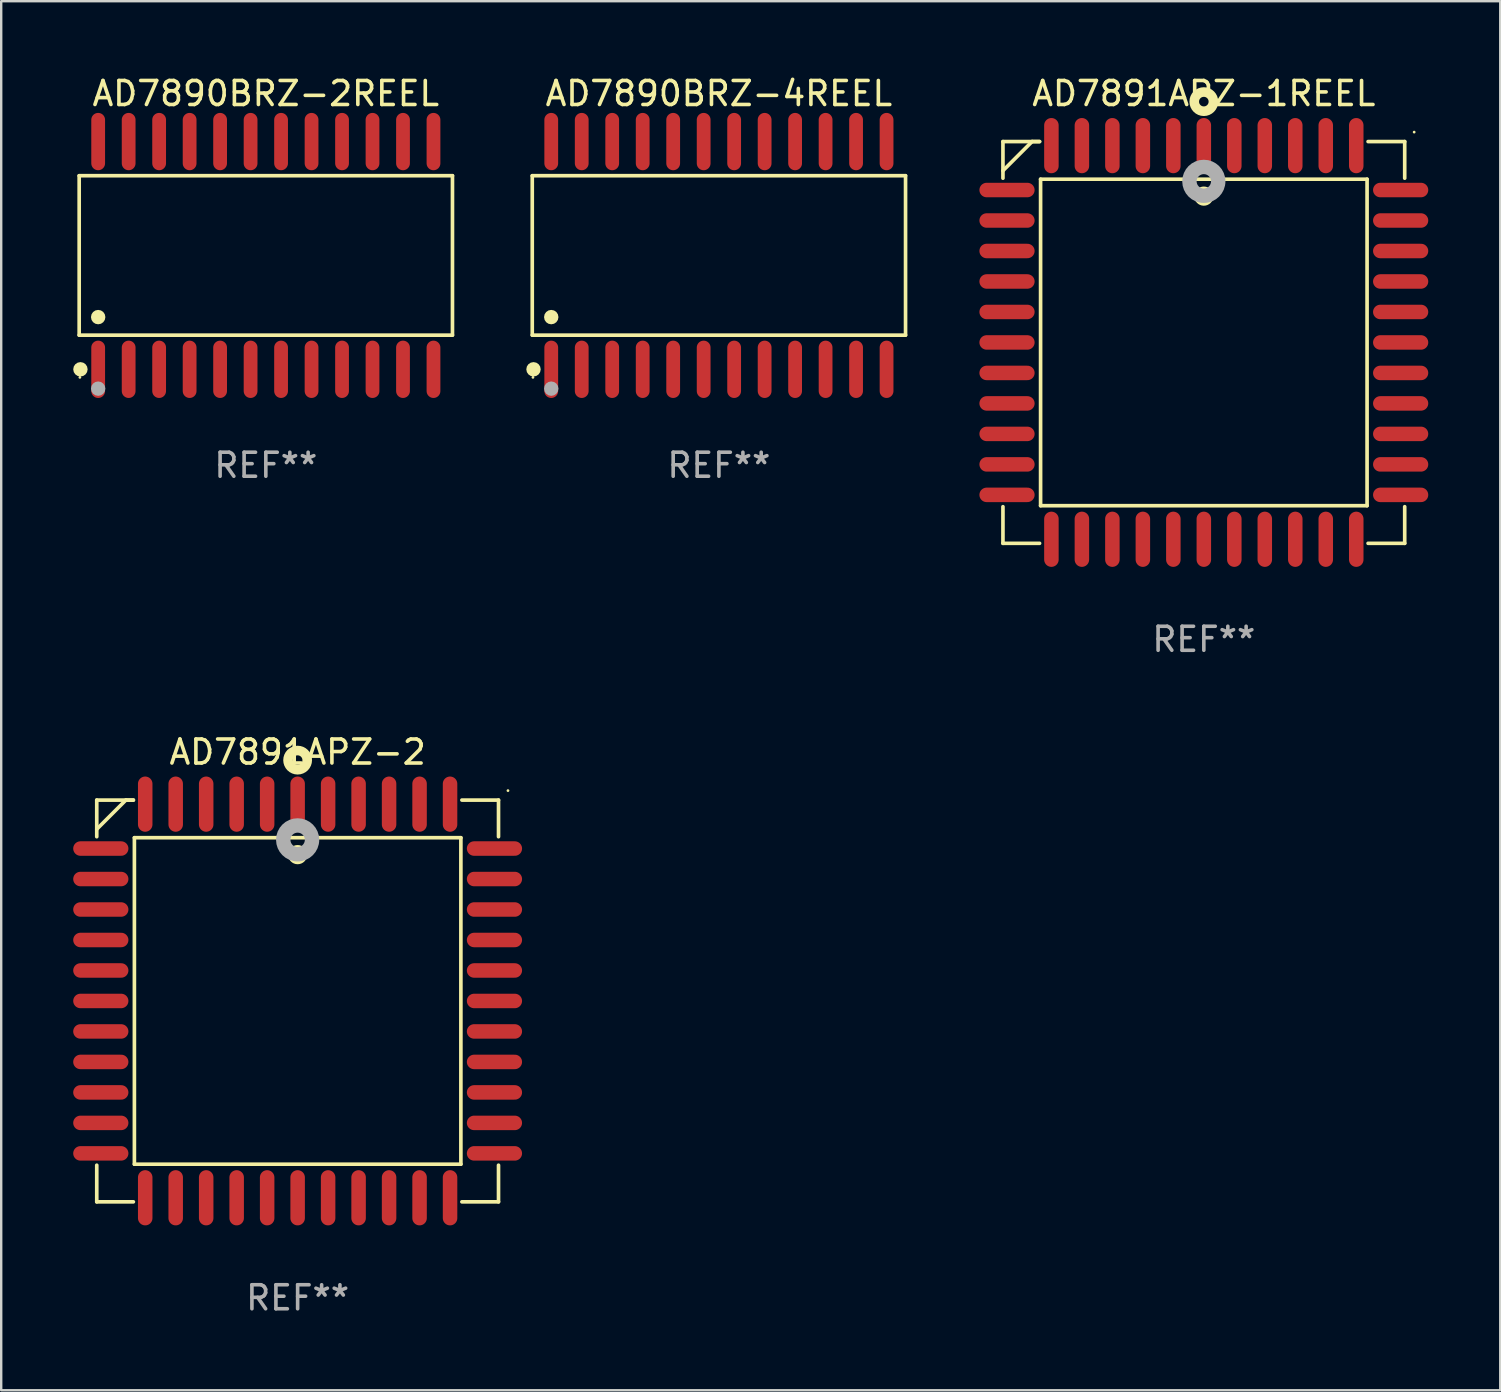
<source format=kicad_pcb>
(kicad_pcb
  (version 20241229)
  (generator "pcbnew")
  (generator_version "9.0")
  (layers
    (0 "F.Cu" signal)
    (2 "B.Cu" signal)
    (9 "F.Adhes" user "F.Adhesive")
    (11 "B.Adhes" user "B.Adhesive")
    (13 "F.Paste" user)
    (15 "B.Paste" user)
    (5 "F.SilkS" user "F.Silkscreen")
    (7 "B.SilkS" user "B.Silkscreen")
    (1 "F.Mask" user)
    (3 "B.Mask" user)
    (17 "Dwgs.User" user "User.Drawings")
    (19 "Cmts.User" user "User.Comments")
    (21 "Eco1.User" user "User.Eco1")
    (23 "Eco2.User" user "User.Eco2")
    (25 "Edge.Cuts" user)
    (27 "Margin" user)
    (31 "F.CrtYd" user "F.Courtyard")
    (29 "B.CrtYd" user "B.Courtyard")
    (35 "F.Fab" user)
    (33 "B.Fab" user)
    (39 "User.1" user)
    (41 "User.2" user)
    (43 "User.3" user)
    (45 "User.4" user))
  (footprint "AD7891APZ-2"
    (layer "F.Cu")
    (at 9.35 38.652)
    (property "Reference" "AD7891APZ-2" (at 0 -10.369 0) (layer "F.SilkS") (effects (font (size 1 1) (thickness 0.15))))
    (attr through_hole)
    (fp_line (start -8.369 -8.369) (end -8.369 -6.843) (stroke (width 0.152) (type solid)) (layer "F.SilkS"))
    (fp_line (start -8.369 8.369) (end -8.369 6.843) (stroke (width 0.152) (type solid)) (layer "F.SilkS"))
    (fp_line (start -7.156 -8.369) (end -8.369 -7.156) (stroke (width 0.152) (type solid)) (layer "F.SilkS"))
    (fp_line (start -6.843 -8.369) (end -8.369 -8.369) (stroke (width 0.152) (type solid)) (layer "F.SilkS"))
    (fp_line (start -6.843 -8.369) (end -7.156 -8.369) (stroke (width 0.152) (type solid)) (layer "F.SilkS"))
    (fp_line (start -6.843 8.369) (end -8.369 8.369) (stroke (width 0.152) (type solid)) (layer "F.SilkS"))
    (fp_line (start -6.801 -6.801) (end 6.801 -6.801) (stroke (width 0.152) (type solid)) (layer "F.SilkS"))
    (fp_line (start -6.801 6.801) (end -6.801 -6.801) (stroke (width 0.152) (type solid)) (layer "F.SilkS"))
    (fp_line (start 6.801 -6.801) (end 6.801 6.801) (stroke (width 0.152) (type solid)) (layer "F.SilkS"))
    (fp_line (start 6.801 6.801) (end -6.801 6.801) (stroke (width 0.152) (type solid)) (layer "F.SilkS"))
    (fp_line (start 6.843 -8.369) (end 8.369 -8.369) (stroke (width 0.152) (type solid)) (layer "F.SilkS"))
    (fp_line (start 6.843 8.369) (end 8.369 8.369) (stroke (width 0.152) (type solid)) (layer "F.SilkS"))
    (fp_line (start 8.369 -8.369) (end 8.369 -6.843) (stroke (width 0.152) (type solid)) (layer "F.SilkS"))
    (fp_line (start 8.369 8.369) (end 8.369 6.843) (stroke (width 0.152) (type solid)) (layer "F.SilkS"))
    (fp_circle (center -0.000013 -6.096) (end 0.2 -6.096) (stroke (width 0.4) (type solid)) (fill no) (layer "F.SilkS"))
    (fp_circle (center 0.000114 -10.033) (end 0.2 -10.033) (stroke (width 0.4) (type solid)) (fill no) (layer "F.SilkS"))
    (fp_circle (center 8.763 -8.763) (end 8.793 -8.763) (stroke (width 0.06) (type solid)) (fill no) (layer "F.SilkS"))
    (fp_circle (center 0.000114 -6.712) (end 0.3 -6.712) (stroke (width 0.6) (type solid)) (fill no) (layer "F.Fab"))
    (fp_text user "REF**" (at 0 12.369 0) (layer "F.Fab") (effects (font (size 1 1) (thickness 0.15))))
    (pad "1" smd oval (at 0.000114 -8.2) (size 0.604 2.3) (layers "F.Cu" "F.Mask" "F.Paste"))
    (pad "2" smd oval (at -1.27 -8.2) (size 0.604 2.3) (layers "F.Cu" "F.Mask" "F.Paste"))
    (pad "3" smd oval (at -2.54 -8.2) (size 0.604 2.3) (layers "F.Cu" "F.Mask" "F.Paste"))
    (pad "4" smd oval (at -3.81 -8.2) (size 0.604 2.3) (layers "F.Cu" "F.Mask" "F.Paste"))
    (pad "5" smd oval (at -5.08 -8.2) (size 0.604 2.3) (layers "F.Cu" "F.Mask" "F.Paste"))
    (pad "6" smd oval (at -6.35 -8.2) (size 0.604 2.3) (layers "F.Cu" "F.Mask" "F.Paste"))
    (pad "7" smd oval (at -8.2 -6.35) (size 2.3 0.604) (layers "F.Cu" "F.Mask" "F.Paste"))
    (pad "8" smd oval (at -8.2 -5.08) (size 2.3 0.604) (layers "F.Cu" "F.Mask" "F.Paste"))
    (pad "9" smd oval (at -8.2 -3.81) (size 2.3 0.604) (layers "F.Cu" "F.Mask" "F.Paste"))
    (pad "10" smd oval (at -8.2 -2.54) (size 2.3 0.604) (layers "F.Cu" "F.Mask" "F.Paste"))
    (pad "11" smd oval (at -8.2 -1.27) (size 2.3 0.604) (layers "F.Cu" "F.Mask" "F.Paste"))
    (pad "12" smd oval (at -8.2 0.000127) (size 2.3 0.604) (layers "F.Cu" "F.Mask" "F.Paste"))
    (pad "13" smd oval (at -8.2 1.27) (size 2.3 0.604) (layers "F.Cu" "F.Mask" "F.Paste"))
    (pad "14" smd oval (at -8.2 2.54) (size 2.3 0.604) (layers "F.Cu" "F.Mask" "F.Paste"))
    (pad "15" smd oval (at -8.2 3.81) (size 2.3 0.604) (layers "F.Cu" "F.Mask" "F.Paste"))
    (pad "16" smd oval (at -8.2 5.08) (size 2.3 0.604) (layers "F.Cu" "F.Mask" "F.Paste"))
    (pad "17" smd oval (at -8.2 6.35) (size 2.3 0.604) (layers "F.Cu" "F.Mask" "F.Paste"))
    (pad "18" smd oval (at -6.35 8.2) (size 0.604 2.3) (layers "F.Cu" "F.Mask" "F.Paste"))
    (pad "19" smd oval (at -5.08 8.2) (size 0.604 2.3) (layers "F.Cu" "F.Mask" "F.Paste"))
    (pad "20" smd oval (at -3.81 8.2) (size 0.604 2.3) (layers "F.Cu" "F.Mask" "F.Paste"))
    (pad "21" smd oval (at -2.54 8.2) (size 0.604 2.3) (layers "F.Cu" "F.Mask" "F.Paste"))
    (pad "22" smd oval (at -1.27 8.2) (size 0.604 2.3) (layers "F.Cu" "F.Mask" "F.Paste"))
    (pad "23" smd oval (at 0.000114 8.2) (size 0.604 2.3) (layers "F.Cu" "F.Mask" "F.Paste"))
    (pad "24" smd oval (at 1.27 8.2) (size 0.604 2.3) (layers "F.Cu" "F.Mask" "F.Paste"))
    (pad "25" smd oval (at 2.54 8.2) (size 0.604 2.3) (layers "F.Cu" "F.Mask" "F.Paste"))
    (pad "26" smd oval (at 3.81 8.2) (size 0.604 2.3) (layers "F.Cu" "F.Mask" "F.Paste"))
    (pad "27" smd oval (at 5.08 8.2) (size 0.604 2.3) (layers "F.Cu" "F.Mask" "F.Paste"))
    (pad "28" smd oval (at 6.35 8.2) (size 0.604 2.3) (layers "F.Cu" "F.Mask" "F.Paste"))
    (pad "29" smd oval (at 8.2 6.35) (size 2.3 0.604) (layers "F.Cu" "F.Mask" "F.Paste"))
    (pad "30" smd oval (at 8.2 5.08) (size 2.3 0.604) (layers "F.Cu" "F.Mask" "F.Paste"))
    (pad "31" smd oval (at 8.2 3.81) (size 2.3 0.604) (layers "F.Cu" "F.Mask" "F.Paste"))
    (pad "32" smd oval (at 8.2 2.54) (size 2.3 0.604) (layers "F.Cu" "F.Mask" "F.Paste"))
    (pad "33" smd oval (at 8.2 1.27) (size 2.3 0.604) (layers "F.Cu" "F.Mask" "F.Paste"))
    (pad "34" smd oval (at 8.2 0.000127) (size 2.3 0.604) (layers "F.Cu" "F.Mask" "F.Paste"))
    (pad "35" smd oval (at 8.2 -1.27) (size 2.3 0.604) (layers "F.Cu" "F.Mask" "F.Paste"))
    (pad "36" smd oval (at 8.2 -2.54) (size 2.3 0.604) (layers "F.Cu" "F.Mask" "F.Paste"))
    (pad "37" smd oval (at 8.2 -3.81) (size 2.3 0.604) (layers "F.Cu" "F.Mask" "F.Paste"))
    (pad "38" smd oval (at 8.2 -5.08) (size 2.3 0.604) (layers "F.Cu" "F.Mask" "F.Paste"))
    (pad "39" smd oval (at 8.2 -6.35) (size 2.3 0.604) (layers "F.Cu" "F.Mask" "F.Paste"))
    (pad "40" smd oval (at 6.35 -8.2) (size 0.604 2.3) (layers "F.Cu" "F.Mask" "F.Paste"))
    (pad "41" smd oval (at 5.08 -8.2) (size 0.604 2.3) (layers "F.Cu" "F.Mask" "F.Paste"))
    (pad "42" smd oval (at 3.81 -8.2) (size 0.604 2.3) (layers "F.Cu" "F.Mask" "F.Paste"))
    (pad "43" smd oval (at 2.54 -8.2) (size 0.604 2.3) (layers "F.Cu" "F.Mask" "F.Paste"))
    (pad "44" smd oval (at 1.27 -8.2) (size 0.604 2.3) (layers "F.Cu" "F.Mask" "F.Paste")))
  (footprint "AD7890BRZ-2REEL"
    (layer "F.Cu")
    (at 8.025 7.592)
    (property "Reference" "AD7890BRZ-2REEL" (at 0 -6.744 0) (layer "F.SilkS") (effects (font (size 1 1) (thickness 0.15))))
    (attr through_hole)
    (fp_line (start -7.776 -3.321) (end 7.776 -3.321) (stroke (width 0.152) (type solid)) (layer "F.SilkS"))
    (fp_line (start -7.776 3.321) (end -7.776 -3.321) (stroke (width 0.152) (type solid)) (layer "F.SilkS"))
    (fp_line (start 7.776 -3.321) (end 7.776 3.321) (stroke (width 0.152) (type solid)) (layer "F.SilkS"))
    (fp_line (start 7.776 3.321) (end -7.776 3.321) (stroke (width 0.152) (type solid)) (layer "F.SilkS"))
    (fp_circle (center -7.747 5.08) (end -7.717 5.08) (stroke (width 0.06) (type solid)) (fill no) (layer "F.SilkS"))
    (fp_circle (center -7.724 4.744) (end -7.574 4.744) (stroke (width 0.3) (type solid)) (fill no) (layer "F.SilkS"))
    (fp_circle (center -6.985 2.569) (end -6.835 2.569) (stroke (width 0.3) (type solid)) (fill no) (layer "F.SilkS"))
    (fp_circle (center -6.985 5.55) (end -6.835 5.55) (stroke (width 0.3) (type solid)) (fill no) (layer "F.Fab"))
    (fp_text user "REF**" (at 0 8.744 0) (layer "F.Fab") (effects (font (size 1 1) (thickness 0.15))))
    (pad "1" smd oval (at -6.985 4.744) (size 0.574 2.388) (layers "F.Cu" "F.Mask" "F.Paste"))
    (pad "2" smd oval (at -5.715 4.744) (size 0.574 2.388) (layers "F.Cu" "F.Mask" "F.Paste"))
    (pad "3" smd oval (at -4.445 4.744) (size 0.574 2.388) (layers "F.Cu" "F.Mask" "F.Paste"))
    (pad "4" smd oval (at -3.175 4.744) (size 0.574 2.388) (layers "F.Cu" "F.Mask" "F.Paste"))
    (pad "5" smd oval (at -1.905 4.744) (size 0.574 2.388) (layers "F.Cu" "F.Mask" "F.Paste"))
    (pad "6" smd oval (at -0.635 4.744) (size 0.574 2.388) (layers "F.Cu" "F.Mask" "F.Paste"))
    (pad "7" smd oval (at 0.635 4.744) (size 0.574 2.388) (layers "F.Cu" "F.Mask" "F.Paste"))
    (pad "8" smd oval (at 1.905 4.744) (size 0.574 2.388) (layers "F.Cu" "F.Mask" "F.Paste"))
    (pad "9" smd oval (at 3.175 4.744) (size 0.574 2.388) (layers "F.Cu" "F.Mask" "F.Paste"))
    (pad "10" smd oval (at 4.445 4.744) (size 0.574 2.388) (layers "F.Cu" "F.Mask" "F.Paste"))
    (pad "11" smd oval (at 5.715 4.744) (size 0.574 2.388) (layers "F.Cu" "F.Mask" "F.Paste"))
    (pad "12" smd oval (at 6.985 4.744) (size 0.574 2.388) (layers "F.Cu" "F.Mask" "F.Paste"))
    (pad "13" smd oval (at 6.985 -4.744) (size 0.574 2.388) (layers "F.Cu" "F.Mask" "F.Paste"))
    (pad "14" smd oval (at 5.715 -4.744) (size 0.574 2.388) (layers "F.Cu" "F.Mask" "F.Paste"))
    (pad "15" smd oval (at 4.445 -4.744) (size 0.574 2.388) (layers "F.Cu" "F.Mask" "F.Paste"))
    (pad "16" smd oval (at 3.175 -4.744) (size 0.574 2.388) (layers "F.Cu" "F.Mask" "F.Paste"))
    (pad "17" smd oval (at 1.905 -4.744) (size 0.574 2.388) (layers "F.Cu" "F.Mask" "F.Paste"))
    (pad "18" smd oval (at 0.635 -4.744) (size 0.574 2.388) (layers "F.Cu" "F.Mask" "F.Paste"))
    (pad "19" smd oval (at -0.635 -4.744) (size 0.574 2.388) (layers "F.Cu" "F.Mask" "F.Paste"))
    (pad "20" smd oval (at -1.905 -4.744) (size 0.574 2.388) (layers "F.Cu" "F.Mask" "F.Paste"))
    (pad "21" smd oval (at -3.175 -4.744) (size 0.574 2.388) (layers "F.Cu" "F.Mask" "F.Paste"))
    (pad "22" smd oval (at -4.445 -4.744) (size 0.574 2.388) (layers "F.Cu" "F.Mask" "F.Paste"))
    (pad "23" smd oval (at -5.715 -4.744) (size 0.574 2.388) (layers "F.Cu" "F.Mask" "F.Paste"))
    (pad "24" smd oval (at -6.985 -4.744) (size 0.574 2.388) (layers "F.Cu" "F.Mask" "F.Paste")))
  (footprint "AD7890BRZ-4REEL"
    (layer "F.Cu")
    (at 26.901 7.592)
    (property "Reference" "AD7890BRZ-4REEL" (at 0 -6.744 0) (layer "F.SilkS") (effects (font (size 1 1) (thickness 0.15))))
    (attr through_hole)
    (fp_line (start -7.776 -3.321) (end 7.776 -3.321) (stroke (width 0.152) (type solid)) (layer "F.SilkS"))
    (fp_line (start -7.776 3.321) (end -7.776 -3.321) (stroke (width 0.152) (type solid)) (layer "F.SilkS"))
    (fp_line (start 7.776 -3.321) (end 7.776 3.321) (stroke (width 0.152) (type solid)) (layer "F.SilkS"))
    (fp_line (start 7.776 3.321) (end -7.776 3.321) (stroke (width 0.152) (type solid)) (layer "F.SilkS"))
    (fp_circle (center -7.747 5.08) (end -7.717 5.08) (stroke (width 0.06) (type solid)) (fill no) (layer "F.SilkS"))
    (fp_circle (center -7.724 4.744) (end -7.574 4.744) (stroke (width 0.3) (type solid)) (fill no) (layer "F.SilkS"))
    (fp_circle (center -6.985 2.569) (end -6.835 2.569) (stroke (width 0.3) (type solid)) (fill no) (layer "F.SilkS"))
    (fp_circle (center -6.985 5.55) (end -6.835 5.55) (stroke (width 0.3) (type solid)) (fill no) (layer "F.Fab"))
    (fp_text user "REF**" (at 0 8.744 0) (layer "F.Fab") (effects (font (size 1 1) (thickness 0.15))))
    (pad "1" smd oval (at -6.985 4.744) (size 0.574 2.388) (layers "F.Cu" "F.Mask" "F.Paste"))
    (pad "2" smd oval (at -5.715 4.744) (size 0.574 2.388) (layers "F.Cu" "F.Mask" "F.Paste"))
    (pad "3" smd oval (at -4.445 4.744) (size 0.574 2.388) (layers "F.Cu" "F.Mask" "F.Paste"))
    (pad "4" smd oval (at -3.175 4.744) (size 0.574 2.388) (layers "F.Cu" "F.Mask" "F.Paste"))
    (pad "5" smd oval (at -1.905 4.744) (size 0.574 2.388) (layers "F.Cu" "F.Mask" "F.Paste"))
    (pad "6" smd oval (at -0.635 4.744) (size 0.574 2.388) (layers "F.Cu" "F.Mask" "F.Paste"))
    (pad "7" smd oval (at 0.635 4.744) (size 0.574 2.388) (layers "F.Cu" "F.Mask" "F.Paste"))
    (pad "8" smd oval (at 1.905 4.744) (size 0.574 2.388) (layers "F.Cu" "F.Mask" "F.Paste"))
    (pad "9" smd oval (at 3.175 4.744) (size 0.574 2.388) (layers "F.Cu" "F.Mask" "F.Paste"))
    (pad "10" smd oval (at 4.445 4.744) (size 0.574 2.388) (layers "F.Cu" "F.Mask" "F.Paste"))
    (pad "11" smd oval (at 5.715 4.744) (size 0.574 2.388) (layers "F.Cu" "F.Mask" "F.Paste"))
    (pad "12" smd oval (at 6.985 4.744) (size 0.574 2.388) (layers "F.Cu" "F.Mask" "F.Paste"))
    (pad "13" smd oval (at 6.985 -4.744) (size 0.574 2.388) (layers "F.Cu" "F.Mask" "F.Paste"))
    (pad "14" smd oval (at 5.715 -4.744) (size 0.574 2.388) (layers "F.Cu" "F.Mask" "F.Paste"))
    (pad "15" smd oval (at 4.445 -4.744) (size 0.574 2.388) (layers "F.Cu" "F.Mask" "F.Paste"))
    (pad "16" smd oval (at 3.175 -4.744) (size 0.574 2.388) (layers "F.Cu" "F.Mask" "F.Paste"))
    (pad "17" smd oval (at 1.905 -4.744) (size 0.574 2.388) (layers "F.Cu" "F.Mask" "F.Paste"))
    (pad "18" smd oval (at 0.635 -4.744) (size 0.574 2.388) (layers "F.Cu" "F.Mask" "F.Paste"))
    (pad "19" smd oval (at -0.635 -4.744) (size 0.574 2.388) (layers "F.Cu" "F.Mask" "F.Paste"))
    (pad "20" smd oval (at -1.905 -4.744) (size 0.574 2.388) (layers "F.Cu" "F.Mask" "F.Paste"))
    (pad "21" smd oval (at -3.175 -4.744) (size 0.574 2.388) (layers "F.Cu" "F.Mask" "F.Paste"))
    (pad "22" smd oval (at -4.445 -4.744) (size 0.574 2.388) (layers "F.Cu" "F.Mask" "F.Paste"))
    (pad "23" smd oval (at -5.715 -4.744) (size 0.574 2.388) (layers "F.Cu" "F.Mask" "F.Paste"))
    (pad "24" smd oval (at -6.985 -4.744) (size 0.574 2.388) (layers "F.Cu" "F.Mask" "F.Paste")))
  (footprint "AD7891APZ-1REEL"
    (layer "F.Cu")
    (at 47.104 11.217)
    (property "Reference" "AD7891APZ-1REEL" (at 0 -10.369 0) (layer "F.SilkS") (effects (font (size 1 1) (thickness 0.15))))
    (attr through_hole)
    (fp_line (start -8.369 -8.369) (end -8.369 -6.843) (stroke (width 0.152) (type solid)) (layer "F.SilkS"))
    (fp_line (start -8.369 8.369) (end -8.369 6.843) (stroke (width 0.152) (type solid)) (layer "F.SilkS"))
    (fp_line (start -7.156 -8.369) (end -8.369 -7.156) (stroke (width 0.152) (type solid)) (layer "F.SilkS"))
    (fp_line (start -6.843 -8.369) (end -8.369 -8.369) (stroke (width 0.152) (type solid)) (layer "F.SilkS"))
    (fp_line (start -6.843 -8.369) (end -7.156 -8.369) (stroke (width 0.152) (type solid)) (layer "F.SilkS"))
    (fp_line (start -6.843 8.369) (end -8.369 8.369) (stroke (width 0.152) (type solid)) (layer "F.SilkS"))
    (fp_line (start -6.801 -6.801) (end 6.801 -6.801) (stroke (width 0.152) (type solid)) (layer "F.SilkS"))
    (fp_line (start -6.801 6.801) (end -6.801 -6.801) (stroke (width 0.152) (type solid)) (layer "F.SilkS"))
    (fp_line (start 6.801 -6.801) (end 6.801 6.801) (stroke (width 0.152) (type solid)) (layer "F.SilkS"))
    (fp_line (start 6.801 6.801) (end -6.801 6.801) (stroke (width 0.152) (type solid)) (layer "F.SilkS"))
    (fp_line (start 6.843 -8.369) (end 8.369 -8.369) (stroke (width 0.152) (type solid)) (layer "F.SilkS"))
    (fp_line (start 6.843 8.369) (end 8.369 8.369) (stroke (width 0.152) (type solid)) (layer "F.SilkS"))
    (fp_line (start 8.369 -8.369) (end 8.369 -6.843) (stroke (width 0.152) (type solid)) (layer "F.SilkS"))
    (fp_line (start 8.369 8.369) (end 8.369 6.843) (stroke (width 0.152) (type solid)) (layer "F.SilkS"))
    (fp_circle (center -0.000013 -6.096) (end 0.2 -6.096) (stroke (width 0.4) (type solid)) (fill no) (layer "F.SilkS"))
    (fp_circle (center 0.000114 -10.033) (end 0.2 -10.033) (stroke (width 0.4) (type solid)) (fill no) (layer "F.SilkS"))
    (fp_circle (center 8.763 -8.763) (end 8.793 -8.763) (stroke (width 0.06) (type solid)) (fill no) (layer "F.SilkS"))
    (fp_circle (center 0.000114 -6.712) (end 0.3 -6.712) (stroke (width 0.6) (type solid)) (fill no) (layer "F.Fab"))
    (fp_text user "REF**" (at 0 12.369 0) (layer "F.Fab") (effects (font (size 1 1) (thickness 0.15))))
    (pad "1" smd oval (at 0.000114 -8.2) (size 0.604 2.3) (layers "F.Cu" "F.Mask" "F.Paste"))
    (pad "2" smd oval (at -1.27 -8.2) (size 0.604 2.3) (layers "F.Cu" "F.Mask" "F.Paste"))
    (pad "3" smd oval (at -2.54 -8.2) (size 0.604 2.3) (layers "F.Cu" "F.Mask" "F.Paste"))
    (pad "4" smd oval (at -3.81 -8.2) (size 0.604 2.3) (layers "F.Cu" "F.Mask" "F.Paste"))
    (pad "5" smd oval (at -5.08 -8.2) (size 0.604 2.3) (layers "F.Cu" "F.Mask" "F.Paste"))
    (pad "6" smd oval (at -6.35 -8.2) (size 0.604 2.3) (layers "F.Cu" "F.Mask" "F.Paste"))
    (pad "7" smd oval (at -8.2 -6.35) (size 2.3 0.604) (layers "F.Cu" "F.Mask" "F.Paste"))
    (pad "8" smd oval (at -8.2 -5.08) (size 2.3 0.604) (layers "F.Cu" "F.Mask" "F.Paste"))
    (pad "9" smd oval (at -8.2 -3.81) (size 2.3 0.604) (layers "F.Cu" "F.Mask" "F.Paste"))
    (pad "10" smd oval (at -8.2 -2.54) (size 2.3 0.604) (layers "F.Cu" "F.Mask" "F.Paste"))
    (pad "11" smd oval (at -8.2 -1.27) (size 2.3 0.604) (layers "F.Cu" "F.Mask" "F.Paste"))
    (pad "12" smd oval (at -8.2 0.000127) (size 2.3 0.604) (layers "F.Cu" "F.Mask" "F.Paste"))
    (pad "13" smd oval (at -8.2 1.27) (size 2.3 0.604) (layers "F.Cu" "F.Mask" "F.Paste"))
    (pad "14" smd oval (at -8.2 2.54) (size 2.3 0.604) (layers "F.Cu" "F.Mask" "F.Paste"))
    (pad "15" smd oval (at -8.2 3.81) (size 2.3 0.604) (layers "F.Cu" "F.Mask" "F.Paste"))
    (pad "16" smd oval (at -8.2 5.08) (size 2.3 0.604) (layers "F.Cu" "F.Mask" "F.Paste"))
    (pad "17" smd oval (at -8.2 6.35) (size 2.3 0.604) (layers "F.Cu" "F.Mask" "F.Paste"))
    (pad "18" smd oval (at -6.35 8.2) (size 0.604 2.3) (layers "F.Cu" "F.Mask" "F.Paste"))
    (pad "19" smd oval (at -5.08 8.2) (size 0.604 2.3) (layers "F.Cu" "F.Mask" "F.Paste"))
    (pad "20" smd oval (at -3.81 8.2) (size 0.604 2.3) (layers "F.Cu" "F.Mask" "F.Paste"))
    (pad "21" smd oval (at -2.54 8.2) (size 0.604 2.3) (layers "F.Cu" "F.Mask" "F.Paste"))
    (pad "22" smd oval (at -1.27 8.2) (size 0.604 2.3) (layers "F.Cu" "F.Mask" "F.Paste"))
    (pad "23" smd oval (at 0.000114 8.2) (size 0.604 2.3) (layers "F.Cu" "F.Mask" "F.Paste"))
    (pad "24" smd oval (at 1.27 8.2) (size 0.604 2.3) (layers "F.Cu" "F.Mask" "F.Paste"))
    (pad "25" smd oval (at 2.54 8.2) (size 0.604 2.3) (layers "F.Cu" "F.Mask" "F.Paste"))
    (pad "26" smd oval (at 3.81 8.2) (size 0.604 2.3) (layers "F.Cu" "F.Mask" "F.Paste"))
    (pad "27" smd oval (at 5.08 8.2) (size 0.604 2.3) (layers "F.Cu" "F.Mask" "F.Paste"))
    (pad "28" smd oval (at 6.35 8.2) (size 0.604 2.3) (layers "F.Cu" "F.Mask" "F.Paste"))
    (pad "29" smd oval (at 8.2 6.35) (size 2.3 0.604) (layers "F.Cu" "F.Mask" "F.Paste"))
    (pad "30" smd oval (at 8.2 5.08) (size 2.3 0.604) (layers "F.Cu" "F.Mask" "F.Paste"))
    (pad "31" smd oval (at 8.2 3.81) (size 2.3 0.604) (layers "F.Cu" "F.Mask" "F.Paste"))
    (pad "32" smd oval (at 8.2 2.54) (size 2.3 0.604) (layers "F.Cu" "F.Mask" "F.Paste"))
    (pad "33" smd oval (at 8.2 1.27) (size 2.3 0.604) (layers "F.Cu" "F.Mask" "F.Paste"))
    (pad "34" smd oval (at 8.2 0.000127) (size 2.3 0.604) (layers "F.Cu" "F.Mask" "F.Paste"))
    (pad "35" smd oval (at 8.2 -1.27) (size 2.3 0.604) (layers "F.Cu" "F.Mask" "F.Paste"))
    (pad "36" smd oval (at 8.2 -2.54) (size 2.3 0.604) (layers "F.Cu" "F.Mask" "F.Paste"))
    (pad "37" smd oval (at 8.2 -3.81) (size 2.3 0.604) (layers "F.Cu" "F.Mask" "F.Paste"))
    (pad "38" smd oval (at 8.2 -5.08) (size 2.3 0.604) (layers "F.Cu" "F.Mask" "F.Paste"))
    (pad "39" smd oval (at 8.2 -6.35) (size 2.3 0.604) (layers "F.Cu" "F.Mask" "F.Paste"))
    (pad "40" smd oval (at 6.35 -8.2) (size 0.604 2.3) (layers "F.Cu" "F.Mask" "F.Paste"))
    (pad "41" smd oval (at 5.08 -8.2) (size 0.604 2.3) (layers "F.Cu" "F.Mask" "F.Paste"))
    (pad "42" smd oval (at 3.81 -8.2) (size 0.604 2.3) (layers "F.Cu" "F.Mask" "F.Paste"))
    (pad "43" smd oval (at 2.54 -8.2) (size 0.604 2.3) (layers "F.Cu" "F.Mask" "F.Paste"))
    (pad "44" smd oval (at 1.27 -8.2) (size 0.604 2.3) (layers "F.Cu" "F.Mask" "F.Paste")))
  (gr_rect
    (start -3 -3)
    (end 59.454 54.87)
    (stroke (width 0.1) (type default))
    (fill no)
    (layer "Edge.Cuts")))
</source>
